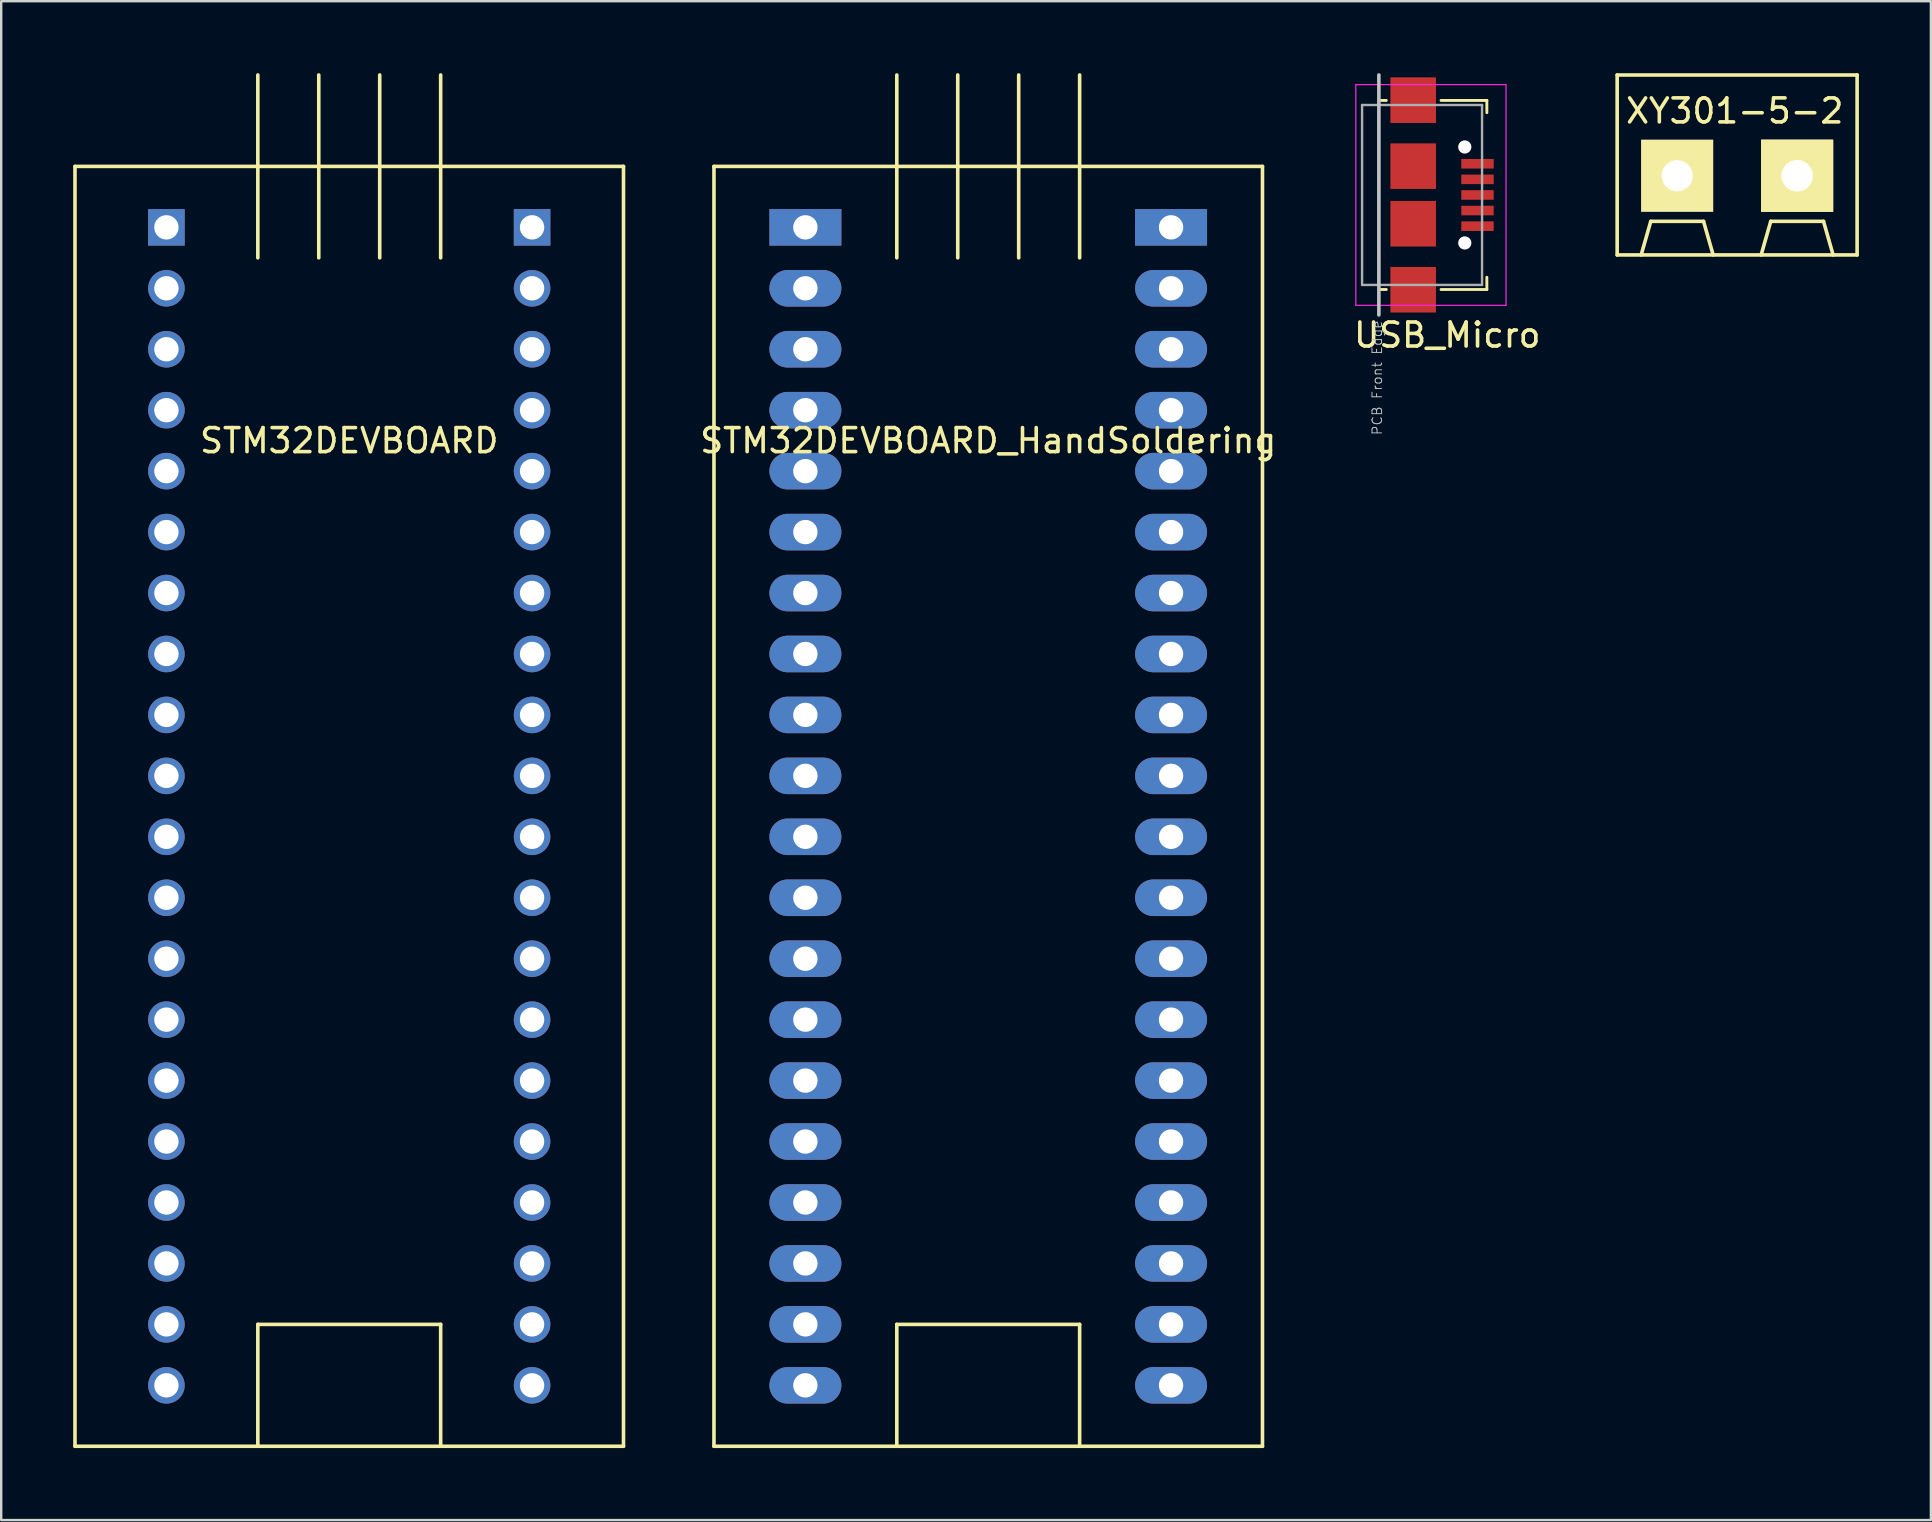
<source format=kicad_pcb>
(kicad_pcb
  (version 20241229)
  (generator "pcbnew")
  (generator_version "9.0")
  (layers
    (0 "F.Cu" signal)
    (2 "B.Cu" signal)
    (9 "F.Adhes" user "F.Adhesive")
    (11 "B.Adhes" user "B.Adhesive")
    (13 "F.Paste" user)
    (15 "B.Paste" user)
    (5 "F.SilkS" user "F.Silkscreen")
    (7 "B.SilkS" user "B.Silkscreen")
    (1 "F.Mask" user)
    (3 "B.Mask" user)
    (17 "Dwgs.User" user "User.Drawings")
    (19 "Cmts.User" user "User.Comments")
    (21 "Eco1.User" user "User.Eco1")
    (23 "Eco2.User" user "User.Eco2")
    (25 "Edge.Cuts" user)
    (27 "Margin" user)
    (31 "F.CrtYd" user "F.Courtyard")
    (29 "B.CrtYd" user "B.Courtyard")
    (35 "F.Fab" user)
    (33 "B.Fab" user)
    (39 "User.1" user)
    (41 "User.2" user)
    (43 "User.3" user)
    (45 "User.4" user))
  (footprint "STM32DEVBOARD"
    (layer "F.Cu")
    (at 11.505 29.285)
    (property "Reference" "STM32DEVBOARD" (at 0 -13.97 0) (layer "F.SilkS") (effects (font (size 1 1) (thickness 0.15))))
    (attr through_hole)
    (fp_line (start -11.43 -25.4) (end -11.43 27.94) (stroke (width 0.15) (type solid)) (layer "F.SilkS"))
    (fp_line (start -11.43 27.94) (end 11.43 27.94) (stroke (width 0.15) (type solid)) (layer "F.SilkS"))
    (fp_line (start -3.81 -21.59) (end -3.81 -29.21) (stroke (width 0.15) (type solid)) (layer "F.SilkS"))
    (fp_line (start -3.81 22.86) (end -3.81 27.94) (stroke (width 0.15) (type solid)) (layer "F.SilkS"))
    (fp_line (start -1.27 -21.59) (end -1.27 -29.21) (stroke (width 0.15) (type solid)) (layer "F.SilkS"))
    (fp_line (start 1.27 -29.21) (end 1.27 -21.59) (stroke (width 0.15) (type solid)) (layer "F.SilkS"))
    (fp_line (start 3.81 -21.59) (end 3.81 -29.21) (stroke (width 0.15) (type solid)) (layer "F.SilkS"))
    (fp_line (start 3.81 22.86) (end -3.81 22.86) (stroke (width 0.15) (type solid)) (layer "F.SilkS"))
    (fp_line (start 3.81 27.94) (end 3.81 22.86) (stroke (width 0.15) (type solid)) (layer "F.SilkS"))
    (fp_line (start 11.43 -25.4) (end -11.43 -25.4) (stroke (width 0.15) (type solid)) (layer "F.SilkS"))
    (fp_line (start 11.43 27.94) (end 11.43 -25.4) (stroke (width 0.15) (type solid)) (layer "F.SilkS"))
    (pad "1" thru_hole rect (at -7.62 -22.86) (size 1.524 1.524) (drill 1.016) (layers "*.Cu" "*.Mask"))
    (pad "2" thru_hole oval (at -7.62 -20.32) (size 1.524 1.524) (drill 1.016) (layers "*.Cu" "*.Mask"))
    (pad "3" thru_hole oval (at -7.62 -17.78) (size 1.524 1.524) (drill 1.016) (layers "*.Cu" "*.Mask"))
    (pad "4" thru_hole oval (at -7.62 -15.24) (size 1.524 1.524) (drill 1.016) (layers "*.Cu" "*.Mask"))
    (pad "5" thru_hole oval (at -7.62 -12.7) (size 1.524 1.524) (drill 1.016) (layers "*.Cu" "*.Mask"))
    (pad "6" thru_hole oval (at -7.62 -10.16) (size 1.524 1.524) (drill 1.016) (layers "*.Cu" "*.Mask"))
    (pad "7" thru_hole oval (at -7.62 -7.62) (size 1.524 1.524) (drill 1.016) (layers "*.Cu" "*.Mask"))
    (pad "8" thru_hole oval (at -7.62 -5.08) (size 1.524 1.524) (drill 1.016) (layers "*.Cu" "*.Mask"))
    (pad "9" thru_hole oval (at -7.62 -2.54) (size 1.524 1.524) (drill 1.016) (layers "*.Cu" "*.Mask"))
    (pad "10" thru_hole oval (at -7.62 0) (size 1.524 1.524) (drill 1.016) (layers "*.Cu" "*.Mask"))
    (pad "11" thru_hole oval (at -7.62 2.54) (size 1.524 1.524) (drill 1.016) (layers "*.Cu" "*.Mask"))
    (pad "12" thru_hole oval (at -7.62 5.08) (size 1.524 1.524) (drill 1.016) (layers "*.Cu" "*.Mask"))
    (pad "13" thru_hole oval (at -7.62 7.62) (size 1.524 1.524) (drill 1.016) (layers "*.Cu" "*.Mask"))
    (pad "14" thru_hole oval (at -7.62 10.16) (size 1.524 1.524) (drill 1.016) (layers "*.Cu" "*.Mask"))
    (pad "15" thru_hole oval (at -7.62 12.7) (size 1.524 1.524) (drill 1.016) (layers "*.Cu" "*.Mask"))
    (pad "16" thru_hole oval (at -7.62 15.24) (size 1.524 1.524) (drill 1.016) (layers "*.Cu" "*.Mask"))
    (pad "17" thru_hole oval (at -7.62 17.78) (size 1.524 1.524) (drill 1.016) (layers "*.Cu" "*.Mask"))
    (pad "18" thru_hole oval (at -7.62 20.32) (size 1.524 1.524) (drill 1.016) (layers "*.Cu" "*.Mask"))
    (pad "18" thru_hole rect (at 7.62 -22.86) (size 1.524 1.524) (drill 1.016) (layers "*.Cu" "*.Mask"))
    (pad "19" thru_hole oval (at -7.62 22.86) (size 1.524 1.524) (drill 1.016) (layers "*.Cu" "*.Mask"))
    (pad "19" thru_hole oval (at -7.62 25.4) (size 1.524 1.524) (drill 1.016) (layers "*.Cu" "*.Mask"))
    (pad "19" thru_hole oval (at 7.62 -20.32) (size 1.524 1.524) (drill 1.016) (layers "*.Cu" "*.Mask"))
    (pad "23" thru_hole oval (at 7.62 -17.78) (size 1.524 1.524) (drill 1.016) (layers "*.Cu" "*.Mask"))
    (pad "24" thru_hole oval (at 7.62 -15.24) (size 1.524 1.524) (drill 1.016) (layers "*.Cu" "*.Mask"))
    (pad "25" thru_hole oval (at 7.62 -12.7) (size 1.524 1.524) (drill 1.016) (layers "*.Cu" "*.Mask"))
    (pad "26" thru_hole oval (at 7.62 -10.16) (size 1.524 1.524) (drill 1.016) (layers "*.Cu" "*.Mask"))
    (pad "27" thru_hole oval (at 7.62 -7.62) (size 1.524 1.524) (drill 1.016) (layers "*.Cu" "*.Mask"))
    (pad "28" thru_hole oval (at 7.62 -5.08) (size 1.524 1.524) (drill 1.016) (layers "*.Cu" "*.Mask"))
    (pad "29" thru_hole oval (at 7.62 -2.54) (size 1.524 1.524) (drill 1.016) (layers "*.Cu" "*.Mask"))
    (pad "30" thru_hole oval (at 7.62 0) (size 1.524 1.524) (drill 1.016) (layers "*.Cu" "*.Mask"))
    (pad "31" thru_hole oval (at 7.62 2.54) (size 1.524 1.524) (drill 1.016) (layers "*.Cu" "*.Mask"))
    (pad "32" thru_hole oval (at 7.62 5.08) (size 1.524 1.524) (drill 1.016) (layers "*.Cu" "*.Mask"))
    (pad "33" thru_hole oval (at 7.62 7.62) (size 1.524 1.524) (drill 1.016) (layers "*.Cu" "*.Mask"))
    (pad "34" thru_hole oval (at 7.62 10.16) (size 1.524 1.524) (drill 1.016) (layers "*.Cu" "*.Mask"))
    (pad "35" thru_hole oval (at 7.62 12.7) (size 1.524 1.524) (drill 1.016) (layers "*.Cu" "*.Mask"))
    (pad "36" thru_hole oval (at 7.62 15.24) (size 1.524 1.524) (drill 1.016) (layers "*.Cu" "*.Mask"))
    (pad "37" thru_hole oval (at 7.62 17.78) (size 1.524 1.524) (drill 1.016) (layers "*.Cu" "*.Mask"))
    (pad "38" thru_hole oval (at 7.62 20.32) (size 1.524 1.524) (drill 1.016) (layers "*.Cu" "*.Mask"))
    (pad "39" thru_hole oval (at 7.62 22.86) (size 1.524 1.524) (drill 1.016) (layers "*.Cu" "*.Mask"))
    (pad "40" thru_hole oval (at 7.62 25.4) (size 1.524 1.524) (drill 1.016) (layers "*.Cu" "*.Mask")))
  (footprint "STM32DEVBOARD_HandSoldering"
    (layer "F.Cu")
    (at 38.135 29.285)
    (property "Reference" "STM32DEVBOARD_HandSoldering" (at 0 -13.97 0) (layer "F.SilkS") (effects (font (size 1 1) (thickness 0.15))))
    (attr through_hole)
    (fp_line (start -11.43 -25.4) (end -11.43 27.94) (stroke (width 0.15) (type solid)) (layer "F.SilkS"))
    (fp_line (start -11.43 27.94) (end 11.43 27.94) (stroke (width 0.15) (type solid)) (layer "F.SilkS"))
    (fp_line (start -3.81 -21.59) (end -3.81 -29.21) (stroke (width 0.15) (type solid)) (layer "F.SilkS"))
    (fp_line (start -3.81 22.86) (end -3.81 27.94) (stroke (width 0.15) (type solid)) (layer "F.SilkS"))
    (fp_line (start -1.27 -21.59) (end -1.27 -29.21) (stroke (width 0.15) (type solid)) (layer "F.SilkS"))
    (fp_line (start 1.27 -29.21) (end 1.27 -21.59) (stroke (width 0.15) (type solid)) (layer "F.SilkS"))
    (fp_line (start 3.81 -21.59) (end 3.81 -29.21) (stroke (width 0.15) (type solid)) (layer "F.SilkS"))
    (fp_line (start 3.81 22.86) (end -3.81 22.86) (stroke (width 0.15) (type solid)) (layer "F.SilkS"))
    (fp_line (start 3.81 27.94) (end 3.81 22.86) (stroke (width 0.15) (type solid)) (layer "F.SilkS"))
    (fp_line (start 11.43 -25.4) (end -11.43 -25.4) (stroke (width 0.15) (type solid)) (layer "F.SilkS"))
    (fp_line (start 11.43 27.94) (end 11.43 -25.4) (stroke (width 0.15) (type solid)) (layer "F.SilkS"))
    (pad "1" thru_hole rect (at -7.62 -22.86) (size 3 1.524) (drill 1.016) (layers "*.Cu" "*.Mask"))
    (pad "2" thru_hole oval (at -7.62 -20.32) (size 3 1.524) (drill 1.016) (layers "*.Cu" "*.Mask"))
    (pad "3" thru_hole oval (at -7.62 -17.78) (size 3 1.524) (drill 1.016) (layers "*.Cu" "*.Mask"))
    (pad "4" thru_hole oval (at -7.62 -15.24) (size 3 1.524) (drill 1.016) (layers "*.Cu" "*.Mask"))
    (pad "5" thru_hole oval (at -7.62 -12.7) (size 3 1.524) (drill 1.016) (layers "*.Cu" "*.Mask"))
    (pad "6" thru_hole oval (at -7.62 -10.16) (size 3 1.524) (drill 1.016) (layers "*.Cu" "*.Mask"))
    (pad "7" thru_hole oval (at -7.62 -7.62) (size 3 1.524) (drill 1.016) (layers "*.Cu" "*.Mask"))
    (pad "8" thru_hole oval (at -7.62 -5.08) (size 3 1.524) (drill 1.016) (layers "*.Cu" "*.Mask"))
    (pad "9" thru_hole oval (at -7.62 -2.54) (size 3 1.524) (drill 1.016) (layers "*.Cu" "*.Mask"))
    (pad "10" thru_hole oval (at -7.62 0) (size 3 1.524) (drill 1.016) (layers "*.Cu" "*.Mask"))
    (pad "11" thru_hole oval (at -7.62 2.54) (size 3 1.524) (drill 1.016) (layers "*.Cu" "*.Mask"))
    (pad "12" thru_hole oval (at -7.62 5.08) (size 3 1.524) (drill 1.016) (layers "*.Cu" "*.Mask"))
    (pad "13" thru_hole oval (at -7.62 7.62) (size 3 1.524) (drill 1.016) (layers "*.Cu" "*.Mask"))
    (pad "14" thru_hole oval (at -7.62 10.16) (size 3 1.524) (drill 1.016) (layers "*.Cu" "*.Mask"))
    (pad "15" thru_hole oval (at -7.62 12.7) (size 3 1.524) (drill 1.016) (layers "*.Cu" "*.Mask"))
    (pad "16" thru_hole oval (at -7.62 15.24) (size 3 1.524) (drill 1.016) (layers "*.Cu" "*.Mask"))
    (pad "17" thru_hole oval (at -7.62 17.78) (size 3 1.524) (drill 1.016) (layers "*.Cu" "*.Mask"))
    (pad "18" thru_hole oval (at -7.62 20.32) (size 3 1.524) (drill 1.016) (layers "*.Cu" "*.Mask"))
    (pad "18" thru_hole rect (at 7.62 -22.86) (size 3 1.524) (drill 1.016) (layers "*.Cu" "*.Mask"))
    (pad "19" thru_hole oval (at -7.62 22.86) (size 3 1.524) (drill 1.016) (layers "*.Cu" "*.Mask"))
    (pad "19" thru_hole oval (at -7.62 25.4) (size 3 1.524) (drill 1.016) (layers "*.Cu" "*.Mask"))
    (pad "19" thru_hole oval (at 7.62 -20.32) (size 3 1.524) (drill 1.016) (layers "*.Cu" "*.Mask"))
    (pad "23" thru_hole oval (at 7.62 -17.78) (size 3 1.524) (drill 1.016) (layers "*.Cu" "*.Mask"))
    (pad "24" thru_hole oval (at 7.62 -15.24) (size 3 1.524) (drill 1.016) (layers "*.Cu" "*.Mask"))
    (pad "25" thru_hole oval (at 7.62 -12.7) (size 3 1.524) (drill 1.016) (layers "*.Cu" "*.Mask"))
    (pad "26" thru_hole oval (at 7.62 -10.16) (size 3 1.524) (drill 1.016) (layers "*.Cu" "*.Mask"))
    (pad "27" thru_hole oval (at 7.62 -7.62) (size 3 1.524) (drill 1.016) (layers "*.Cu" "*.Mask"))
    (pad "28" thru_hole oval (at 7.62 -5.08) (size 3 1.524) (drill 1.016) (layers "*.Cu" "*.Mask"))
    (pad "29" thru_hole oval (at 7.62 -2.54) (size 3 1.524) (drill 1.016) (layers "*.Cu" "*.Mask"))
    (pad "30" thru_hole oval (at 7.62 0) (size 3 1.524) (drill 1.016) (layers "*.Cu" "*.Mask"))
    (pad "31" thru_hole oval (at 7.62 2.54) (size 3 1.524) (drill 1.016) (layers "*.Cu" "*.Mask"))
    (pad "32" thru_hole oval (at 7.62 5.08) (size 3 1.524) (drill 1.016) (layers "*.Cu" "*.Mask"))
    (pad "33" thru_hole oval (at 7.62 7.62) (size 3 1.524) (drill 1.016) (layers "*.Cu" "*.Mask"))
    (pad "34" thru_hole oval (at 7.62 10.16) (size 3 1.524) (drill 1.016) (layers "*.Cu" "*.Mask"))
    (pad "35" thru_hole oval (at 7.62 12.7) (size 3 1.524) (drill 1.016) (layers "*.Cu" "*.Mask"))
    (pad "36" thru_hole oval (at 7.62 15.24) (size 3 1.524) (drill 1.016) (layers "*.Cu" "*.Mask"))
    (pad "37" thru_hole oval (at 7.62 17.78) (size 3 1.524) (drill 1.016) (layers "*.Cu" "*.Mask"))
    (pad "38" thru_hole oval (at 7.62 20.32) (size 3 1.524) (drill 1.016) (layers "*.Cu" "*.Mask"))
    (pad "39" thru_hole oval (at 7.62 22.86) (size 3 1.524) (drill 1.016) (layers "*.Cu" "*.Mask"))
    (pad "40" thru_hole oval (at 7.62 25.4) (size 3 1.524) (drill 1.016) (layers "*.Cu" "*.Mask")))
  (footprint "USB_Micro"
    (layer "F.Cu")
    (at 57.196 5.075)
    (property "Reference" "USB_Micro" (at 0.07 5.84 180) (layer "F.SilkS") (effects (font (size 1 1) (thickness 0.15))))
    (attr smd)
    (fp_line (start -2.73 -3.94) (end -2.47 -3.94) (stroke (width 0.12) (type solid)) (layer "F.SilkS"))
    (fp_line (start -2.47 3.94) (end -2.73 3.94) (stroke (width 0.12) (type solid)) (layer "F.SilkS"))
    (fp_line (start -0.19 -3.94) (end 1.72 -3.94) (stroke (width 0.12) (type solid)) (layer "F.SilkS"))
    (fp_line (start 1.72 -3.94) (end 1.72 -3.43) (stroke (width 0.12) (type solid)) (layer "F.SilkS"))
    (fp_line (start 1.72 3.94) (end -0.19 3.94) (stroke (width 0.12) (type solid)) (layer "F.SilkS"))
    (fp_line (start 1.72 3.94) (end 1.72 3.43) (stroke (width 0.12) (type solid)) (layer "F.SilkS"))
    (fp_line (start -2.78 -5) (end -2.78 5) (stroke (width 0.15) (type solid)) (layer "Dwgs.User"))
    (fp_line (start -3.74 -4.6) (end 2.52 -4.6) (stroke (width 0.05) (type solid)) (layer "F.CrtYd"))
    (fp_line (start -3.74 4.6) (end -3.74 -4.6) (stroke (width 0.05) (type solid)) (layer "F.CrtYd"))
    (fp_line (start 2.52 -4.6) (end 2.52 4.6) (stroke (width 0.05) (type solid)) (layer "F.CrtYd"))
    (fp_line (start 2.52 4.6) (end -3.74 4.6) (stroke (width 0.05) (type solid)) (layer "F.CrtYd"))
    (fp_line (start -3.48 -3.75) (end 1.52 -3.75) (stroke (width 0.1) (type solid)) (layer "F.Fab"))
    (fp_line (start -3.48 3.75) (end -3.48 -3.75) (stroke (width 0.1) (type solid)) (layer "F.Fab"))
    (fp_line (start 1.52 -3.75) (end 1.52 3.75) (stroke (width 0.1) (type solid)) (layer "F.Fab"))
    (fp_line (start 1.52 3.75) (end -3.48 3.75) (stroke (width 0.1) (type solid)) (layer "F.Fab"))
    (fp_text user "PCB Front Edge" (at -2.85 7.62 90) (layer "Dwgs.User") (effects (font (size 0.4 0.4) (thickness 0.04))))
    (pad "" np_thru_hole circle (at 0.8 -2) (size 0.55 0.55) (drill 0.55) (layers "*.Cu"))
    (pad "" np_thru_hole circle (at 0.8 2) (size 0.55 0.55) (drill 0.55) (layers "*.Cu"))
    (pad "1" smd rect (at 1.33 -1.3) (size 1.35 0.4) (layers "F.Cu" "F.Mask" "F.Paste"))
    (pad "2" smd rect (at 1.33 -0.65) (size 1.35 0.4) (layers "F.Cu" "F.Mask" "F.Paste"))
    (pad "3" smd rect (at 1.33 0) (size 1.35 0.4) (layers "F.Cu" "F.Mask" "F.Paste"))
    (pad "4" smd rect (at 1.33 0.65) (size 1.35 0.4) (layers "F.Cu" "F.Mask" "F.Paste"))
    (pad "5" smd rect (at 1.33 1.3) (size 1.35 0.4) (layers "F.Cu" "F.Mask" "F.Paste"))
    (pad "6" smd rect (at -1.35 -3.95) (size 1.9 1.9) (layers "F.Cu" "F.Mask" "F.Paste"))
    (pad "6" smd rect (at -1.35 -1.2) (size 1.9 1.9) (layers "F.Cu" "F.Mask" "F.Paste"))
    (pad "6" smd rect (at -1.35 1.2) (size 1.9 1.9) (layers "F.Cu" "F.Mask" "F.Paste"))
    (pad "6" smd rect (at -1.35 3.95) (size 1.9 1.9) (layers "F.Cu" "F.Mask" "F.Paste")))
  (footprint "XY301-5-2"
    (layer "F.Cu")
    (at 69.347 4.275)
    (property "Reference" "XY301-5-2" (at -0.1 -2.7 0) (layer "F.SilkS") (effects (font (size 1 1) (thickness 0.15))))
    (attr through_hole)
    (fp_line (start -5 -4.2) (end -5 3.3) (stroke (width 0.15) (type solid)) (layer "F.SilkS"))
    (fp_line (start -5 3.3) (end 5 3.3) (stroke (width 0.15) (type solid)) (layer "F.SilkS"))
    (fp_line (start -4 3.3) (end -3.6 1.9) (stroke (width 0.15) (type solid)) (layer "F.SilkS"))
    (fp_line (start -3.6 1.9) (end -1.4 1.9) (stroke (width 0.15) (type solid)) (layer "F.SilkS"))
    (fp_line (start -1.4 1.9) (end -1 3.3) (stroke (width 0.15) (type solid)) (layer "F.SilkS"))
    (fp_line (start 1 3.3) (end 1.4 1.9) (stroke (width 0.15) (type solid)) (layer "F.SilkS"))
    (fp_line (start 1.4 1.9) (end 3.6 1.9) (stroke (width 0.15) (type solid)) (layer "F.SilkS"))
    (fp_line (start 4 3.3) (end 3.6 1.9) (stroke (width 0.15) (type solid)) (layer "F.SilkS"))
    (fp_line (start 5 -4.2) (end -5 -4.2) (stroke (width 0.15) (type solid)) (layer "F.SilkS"))
    (fp_line (start 5 -4.2) (end 5 3.3) (stroke (width 0.15) (type solid)) (layer "F.SilkS"))
    (pad "1" thru_hole rect (at -2.5 0) (size 3 3) (drill 1.3) (layers "*.Cu" "*.Mask" "F.SilkS"))
    (pad "2" thru_hole rect (at 2.5 0) (size 3 3) (drill 1.3) (layers "*.Cu" "*.Mask" "F.SilkS"))
    (pad "2" thru_hole rect (at 2.5 0) (size 3 3) (drill 1.3) (layers "*.Cu" "*.Mask" "F.SilkS")))
  (gr_rect
    (start -3 -3)
    (end 77.422 60.3)
    (stroke (width 0.1) (type default))
    (fill no)
    (layer "Edge.Cuts")))
</source>
